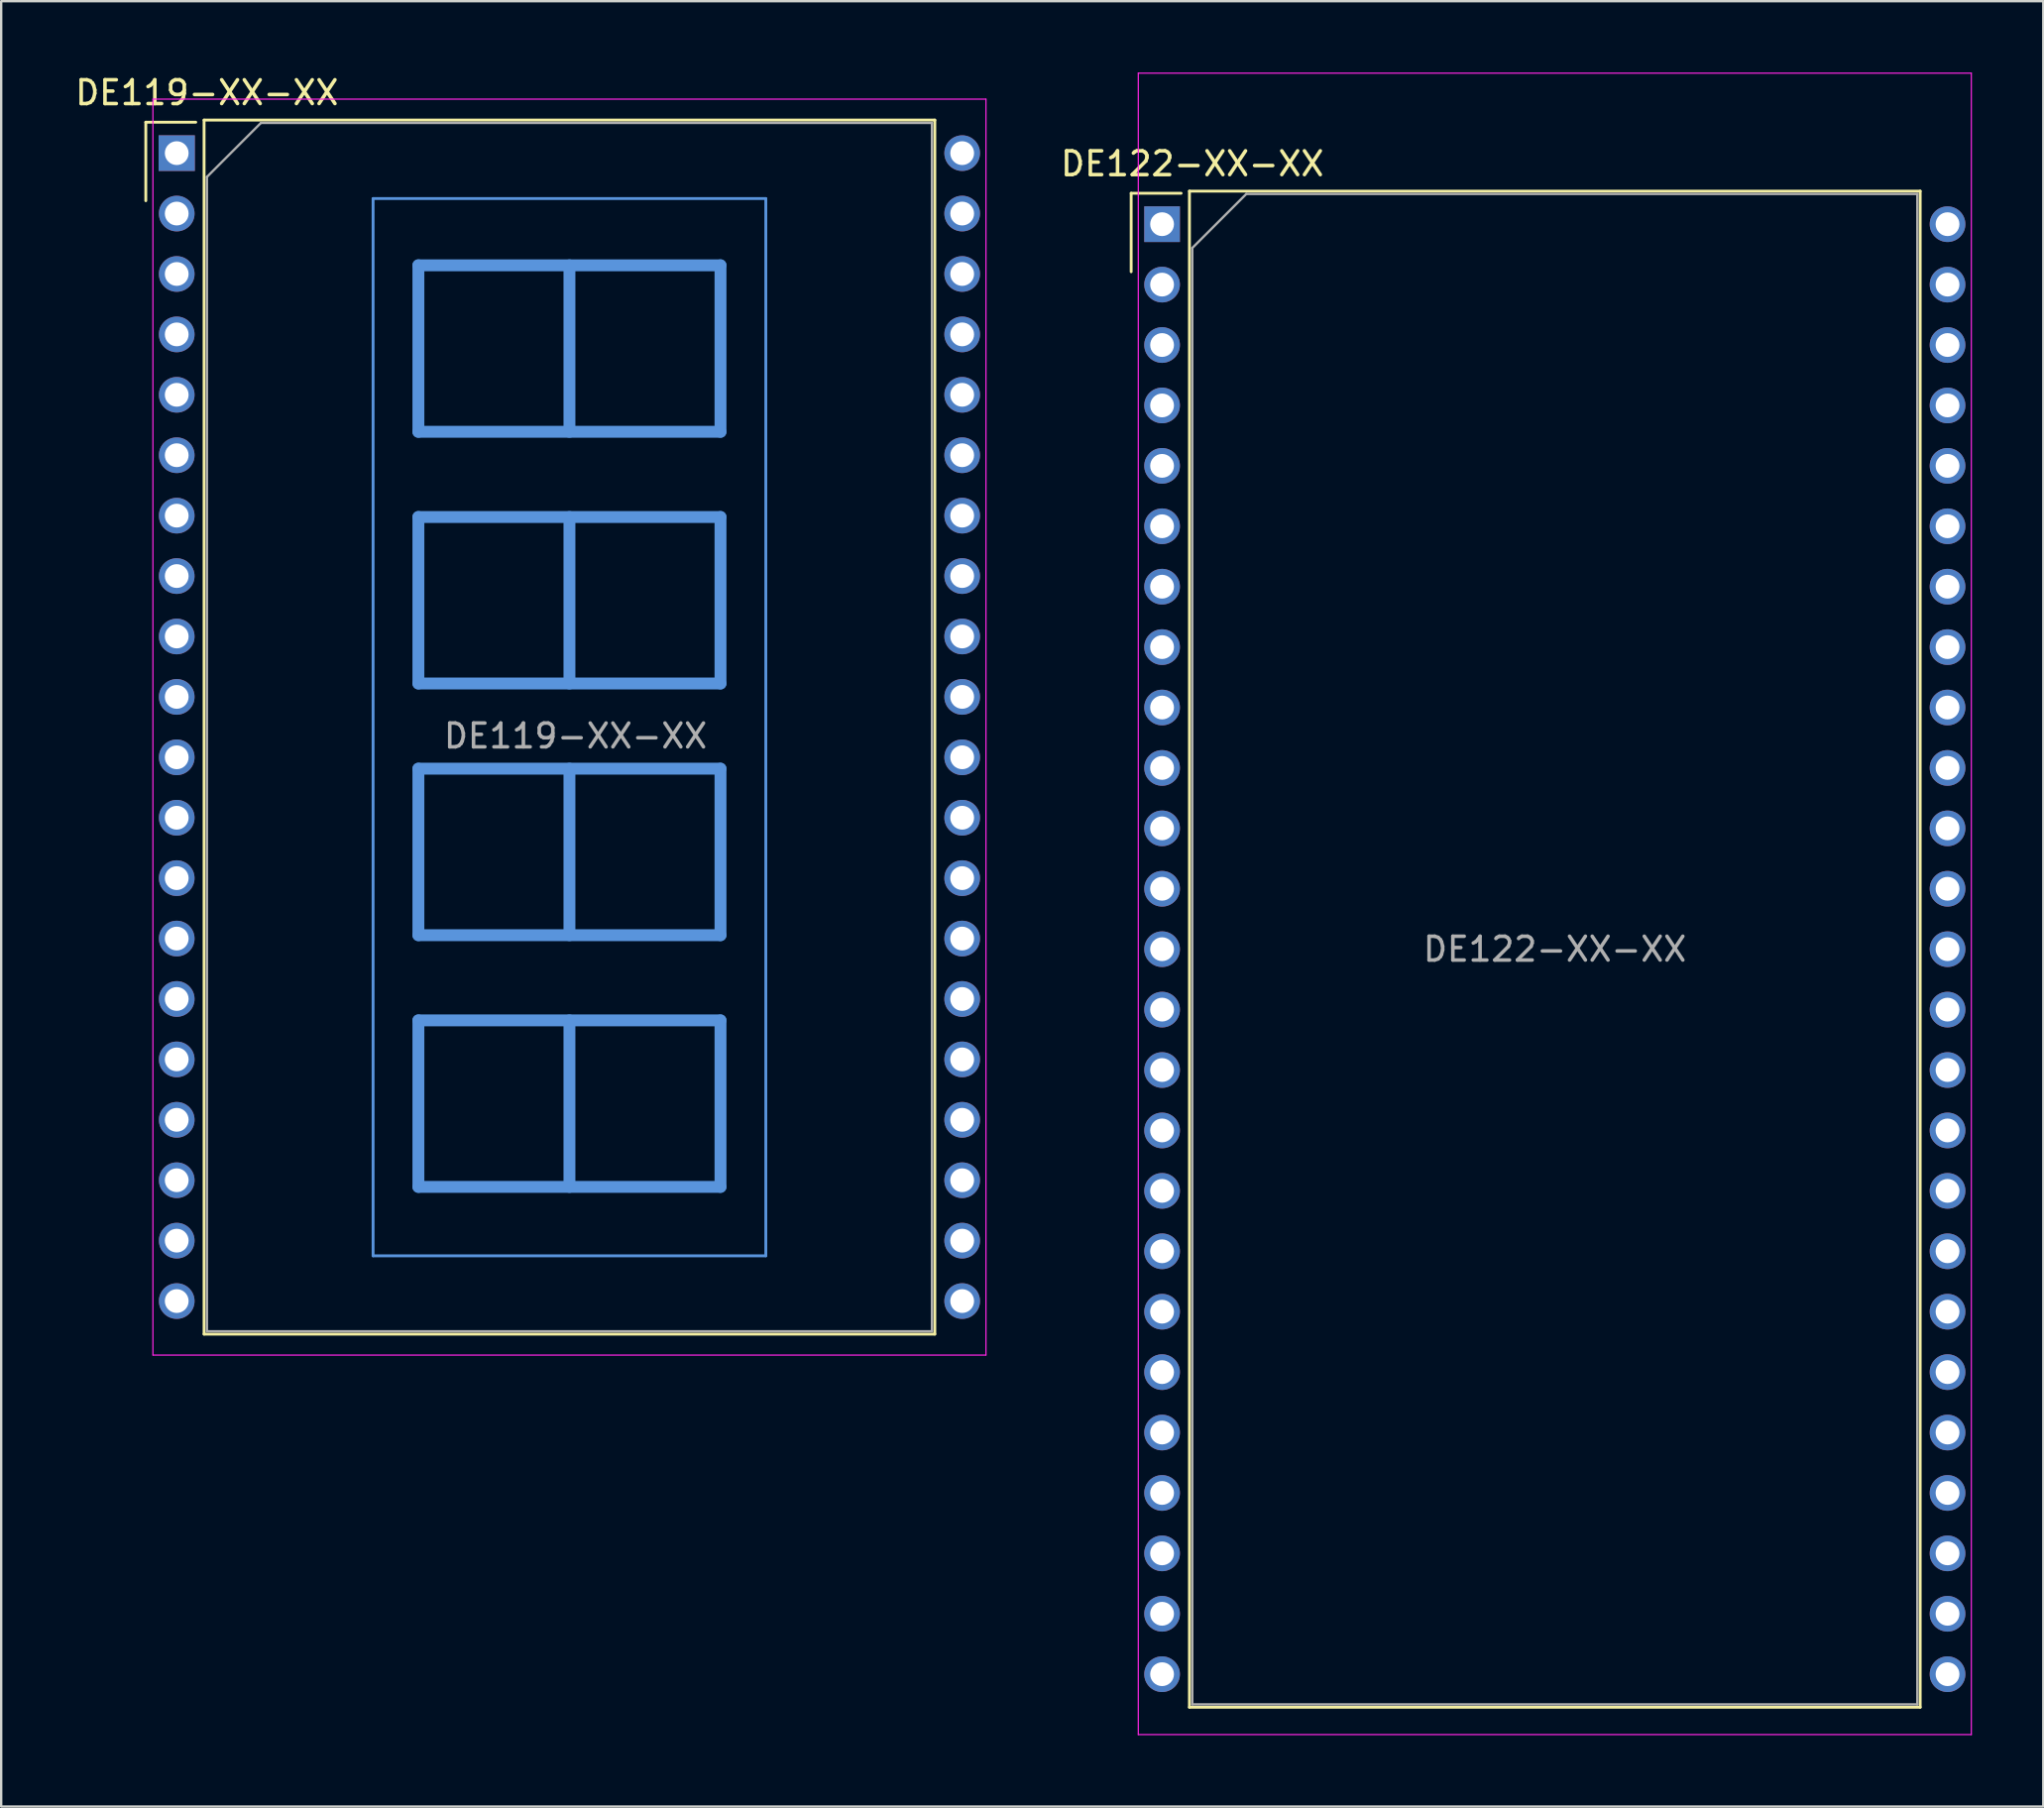
<source format=kicad_pcb>
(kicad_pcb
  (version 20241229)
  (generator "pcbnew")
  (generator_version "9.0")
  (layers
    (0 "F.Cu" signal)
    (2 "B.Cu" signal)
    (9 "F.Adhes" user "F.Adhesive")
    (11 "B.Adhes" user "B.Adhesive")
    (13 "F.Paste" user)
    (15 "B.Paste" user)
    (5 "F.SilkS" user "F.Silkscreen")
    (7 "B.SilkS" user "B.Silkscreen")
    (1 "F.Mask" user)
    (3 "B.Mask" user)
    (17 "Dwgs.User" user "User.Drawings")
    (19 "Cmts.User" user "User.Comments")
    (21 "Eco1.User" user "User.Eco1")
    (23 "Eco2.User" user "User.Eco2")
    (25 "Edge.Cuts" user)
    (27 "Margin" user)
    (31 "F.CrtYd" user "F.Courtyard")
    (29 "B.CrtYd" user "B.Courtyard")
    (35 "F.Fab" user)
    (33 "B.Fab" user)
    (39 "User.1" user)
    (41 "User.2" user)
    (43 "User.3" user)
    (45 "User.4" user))
  (footprint "DE119-XX-XX"
    (layer "F.Cu")
    (at 4.379 3.388)
    (property "Reference" "DE119-XX-XX" (at 1.27 -2.54 0) (layer "F.SilkS") (effects (font (size 1 1) (thickness 0.15))))
    (attr through_hole)
    (fp_line (start -1.3 -1.3) (end -1.3 2) (stroke (width 0.12) (type solid)) (layer "F.SilkS"))
    (fp_line (start -1.3 -1.3) (end 0.8 -1.3) (stroke (width 0.12) (type solid)) (layer "F.SilkS"))
    (fp_line (start 1.15 -1.39) (end 1.15 49.65) (stroke (width 0.12) (type solid)) (layer "F.SilkS"))
    (fp_line (start 1.15 49.65) (end 31.87 49.65) (stroke (width 0.12) (type solid)) (layer "F.SilkS"))
    (fp_line (start 31.87 -1.39) (end 1.15 -1.39) (stroke (width 0.12) (type solid)) (layer "F.SilkS"))
    (fp_line (start 31.87 49.65) (end 31.87 -1.39) (stroke (width 0.12) (type solid)) (layer "F.SilkS"))
    (fp_line (start 8.255 1.91) (end 8.255 46.358) (stroke (width 0.12) (type solid)) (layer "Cmts.User"))
    (fp_line (start 8.255 1.91) (end 24.765 1.91) (stroke (width 0.12) (type solid)) (layer "Cmts.User"))
    (fp_line (start 8.255 46.358) (end 24.765 46.358) (stroke (width 0.12) (type solid)) (layer "Cmts.User"))
    (fp_line (start 10.16 4.715) (end 22.86 4.715) (stroke (width 0.5) (type solid)) (layer "Cmts.User"))
    (fp_line (start 10.16 11.715) (end 10.16 4.715) (stroke (width 0.5) (type solid)) (layer "Cmts.User"))
    (fp_line (start 10.16 15.297) (end 22.86 15.297) (stroke (width 0.5) (type solid)) (layer "Cmts.User"))
    (fp_line (start 10.16 22.297) (end 10.16 15.297) (stroke (width 0.5) (type solid)) (layer "Cmts.User"))
    (fp_line (start 10.16 25.878) (end 22.86 25.878) (stroke (width 0.5) (type solid)) (layer "Cmts.User"))
    (fp_line (start 10.16 32.878) (end 10.16 25.878) (stroke (width 0.5) (type solid)) (layer "Cmts.User"))
    (fp_line (start 10.16 36.46) (end 22.86 36.46) (stroke (width 0.5) (type solid)) (layer "Cmts.User"))
    (fp_line (start 10.16 43.46) (end 10.16 36.46) (stroke (width 0.5) (type solid)) (layer "Cmts.User"))
    (fp_line (start 16.51 4.715) (end 16.51 11.715) (stroke (width 0.5) (type solid)) (layer "Cmts.User"))
    (fp_line (start 16.51 15.297) (end 16.51 22.297) (stroke (width 0.5) (type solid)) (layer "Cmts.User"))
    (fp_line (start 16.51 25.878) (end 16.51 32.878) (stroke (width 0.5) (type solid)) (layer "Cmts.User"))
    (fp_line (start 16.51 36.46) (end 16.51 43.46) (stroke (width 0.5) (type solid)) (layer "Cmts.User"))
    (fp_line (start 22.86 4.715) (end 22.86 11.715) (stroke (width 0.5) (type solid)) (layer "Cmts.User"))
    (fp_line (start 22.86 11.715) (end 10.16 11.715) (stroke (width 0.5) (type solid)) (layer "Cmts.User"))
    (fp_line (start 22.86 15.297) (end 22.86 22.297) (stroke (width 0.5) (type solid)) (layer "Cmts.User"))
    (fp_line (start 22.86 22.297) (end 10.16 22.297) (stroke (width 0.5) (type solid)) (layer "Cmts.User"))
    (fp_line (start 22.86 25.878) (end 22.86 32.878) (stroke (width 0.5) (type solid)) (layer "Cmts.User"))
    (fp_line (start 22.86 32.878) (end 10.16 32.878) (stroke (width 0.5) (type solid)) (layer "Cmts.User"))
    (fp_line (start 22.86 36.46) (end 22.86 43.46) (stroke (width 0.5) (type solid)) (layer "Cmts.User"))
    (fp_line (start 22.86 43.46) (end 10.16 43.46) (stroke (width 0.5) (type solid)) (layer "Cmts.User"))
    (fp_line (start 24.765 46.358) (end 24.765 1.91) (stroke (width 0.12) (type solid)) (layer "Cmts.User"))
    (fp_line (start -1 -2.27) (end 34.02 -2.27) (stroke (width 0.05) (type solid)) (layer "F.CrtYd"))
    (fp_line (start -1 50.53) (end -1 -2.27) (stroke (width 0.05) (type solid)) (layer "F.CrtYd"))
    (fp_line (start 34.02 -2.27) (end 34.02 50.53) (stroke (width 0.05) (type solid)) (layer "F.CrtYd"))
    (fp_line (start 34.02 50.53) (end -1 50.53) (stroke (width 0.05) (type solid)) (layer "F.CrtYd"))
    (fp_line (start 1.27 1) (end 3.54 -1.27) (stroke (width 0.1) (type solid)) (layer "F.Fab"))
    (fp_line (start 1.27 49.53) (end 1.27 1) (stroke (width 0.1) (type solid)) (layer "F.Fab"))
    (fp_line (start 3.54 -1.27) (end 31.75 -1.27) (stroke (width 0.1) (type solid)) (layer "F.Fab"))
    (fp_line (start 31.75 -1.27) (end 31.75 49.53) (stroke (width 0.1) (type solid)) (layer "F.Fab"))
    (fp_line (start 31.75 49.53) (end 1.27 49.53) (stroke (width 0.1) (type solid)) (layer "F.Fab"))
    (fp_text user "${REFERENCE}" (at 16.764 24.504 0) (layer "F.Fab") (effects (font (size 1 1) (thickness 0.15))))
    (pad "1" thru_hole rect (at 0 0 270) (size 1.5 1.524) (drill 1) (layers "*.Cu" "*.Mask"))
    (pad "2" thru_hole circle (at 0 2.54 270) (size 1.5 1.5) (drill 1) (layers "*.Cu" "*.Mask"))
    (pad "3" thru_hole circle (at 0 5.08 270) (size 1.5 1.5) (drill 1) (layers "*.Cu" "*.Mask"))
    (pad "4" thru_hole circle (at 0 7.62 270) (size 1.5 1.5) (drill 1) (layers "*.Cu" "*.Mask"))
    (pad "5" thru_hole circle (at 0 10.16 270) (size 1.5 1.5) (drill 1) (layers "*.Cu" "*.Mask"))
    (pad "6" thru_hole circle (at 0 12.7 270) (size 1.5 1.5) (drill 1) (layers "*.Cu" "*.Mask"))
    (pad "7" thru_hole circle (at 0 15.24 270) (size 1.5 1.5) (drill 1) (layers "*.Cu" "*.Mask"))
    (pad "8" thru_hole circle (at 0 17.78 270) (size 1.5 1.5) (drill 1) (layers "*.Cu" "*.Mask"))
    (pad "9" thru_hole circle (at 0 20.32 270) (size 1.5 1.5) (drill 1) (layers "*.Cu" "*.Mask"))
    (pad "10" thru_hole circle (at 0 22.86 270) (size 1.5 1.5) (drill 1) (layers "*.Cu" "*.Mask"))
    (pad "11" thru_hole circle (at 0 25.4 270) (size 1.5 1.5) (drill 1) (layers "*.Cu" "*.Mask"))
    (pad "12" thru_hole circle (at 0 27.94 270) (size 1.5 1.5) (drill 1) (layers "*.Cu" "*.Mask"))
    (pad "13" thru_hole circle (at 0 30.48 270) (size 1.5 1.5) (drill 1) (layers "*.Cu" "*.Mask"))
    (pad "14" thru_hole circle (at 0 33.02 270) (size 1.5 1.5) (drill 1) (layers "*.Cu" "*.Mask"))
    (pad "15" thru_hole circle (at 0 35.56 270) (size 1.5 1.5) (drill 1) (layers "*.Cu" "*.Mask"))
    (pad "16" thru_hole circle (at 0 38.1 270) (size 1.5 1.5) (drill 1) (layers "*.Cu" "*.Mask"))
    (pad "17" thru_hole circle (at 0 40.64 270) (size 1.5 1.5) (drill 1) (layers "*.Cu" "*.Mask"))
    (pad "18" thru_hole circle (at 0 43.18 270) (size 1.5 1.5) (drill 1) (layers "*.Cu" "*.Mask"))
    (pad "19" thru_hole circle (at 0 45.72 270) (size 1.5 1.5) (drill 1) (layers "*.Cu" "*.Mask"))
    (pad "20" thru_hole circle (at 0 48.26 270) (size 1.5 1.5) (drill 1) (layers "*.Cu" "*.Mask"))
    (pad "21" thru_hole circle (at 33.02 48.26 90) (size 1.5 1.5) (drill 1) (layers "*.Cu" "*.Mask"))
    (pad "22" thru_hole circle (at 33.02 45.72 90) (size 1.5 1.5) (drill 1) (layers "*.Cu" "*.Mask"))
    (pad "23" thru_hole circle (at 33.02 43.18 90) (size 1.5 1.5) (drill 1) (layers "*.Cu" "*.Mask"))
    (pad "24" thru_hole circle (at 33.02 40.64 90) (size 1.5 1.5) (drill 1) (layers "*.Cu" "*.Mask"))
    (pad "25" thru_hole circle (at 33.02 38.1 90) (size 1.5 1.5) (drill 1) (layers "*.Cu" "*.Mask"))
    (pad "26" thru_hole circle (at 33.02 35.56 270) (size 1.5 1.5) (drill 1) (layers "*.Cu" "*.Mask"))
    (pad "27" thru_hole circle (at 33.02 33.02 270) (size 1.5 1.5) (drill 1) (layers "*.Cu" "*.Mask"))
    (pad "28" thru_hole circle (at 33.02 30.48 270) (size 1.5 1.5) (drill 1) (layers "*.Cu" "*.Mask"))
    (pad "29" thru_hole circle (at 33.02 27.94 270) (size 1.5 1.5) (drill 1) (layers "*.Cu" "*.Mask"))
    (pad "30" thru_hole circle (at 33.02 25.4 270) (size 1.5 1.5) (drill 1) (layers "*.Cu" "*.Mask"))
    (pad "31" thru_hole circle (at 33.02 22.86 270) (size 1.5 1.5) (drill 1) (layers "*.Cu" "*.Mask"))
    (pad "32" thru_hole circle (at 33.02 20.32 270) (size 1.5 1.5) (drill 1) (layers "*.Cu" "*.Mask"))
    (pad "33" thru_hole circle (at 33.02 17.78 270) (size 1.5 1.5) (drill 1) (layers "*.Cu" "*.Mask"))
    (pad "34" thru_hole circle (at 33.02 15.24 270) (size 1.5 1.5) (drill 1) (layers "*.Cu" "*.Mask"))
    (pad "35" thru_hole circle (at 33.02 12.7 270) (size 1.5 1.5) (drill 1) (layers "*.Cu" "*.Mask"))
    (pad "36" thru_hole circle (at 33.02 10.16 270) (size 1.5 1.5) (drill 1) (layers "*.Cu" "*.Mask"))
    (pad "37" thru_hole circle (at 33.02 7.62 270) (size 1.5 1.5) (drill 1) (layers "*.Cu" "*.Mask"))
    (pad "38" thru_hole circle (at 33.02 5.08 270) (size 1.5 1.5) (drill 1) (layers "*.Cu" "*.Mask"))
    (pad "39" thru_hole circle (at 33.02 2.54 270) (size 1.5 1.5) (drill 1) (layers "*.Cu" "*.Mask"))
    (pad "40" thru_hole circle (at 33.02 0 270) (size 1.5 1.5) (drill 1) (layers "*.Cu" "*.Mask")))
  (footprint "DE122-XX-XX"
    (layer "F.Cu")
    (at 45.803 6.375)
    (property "Reference" "DE122-XX-XX" (at 1.27 -2.54 0) (layer "F.SilkS") (effects (font (size 1 1) (thickness 0.15))))
    (attr through_hole)
    (fp_line (start -1.3 -1.3) (end -1.3 2) (stroke (width 0.12) (type solid)) (layer "F.SilkS"))
    (fp_line (start -1.3 -1.3) (end 0.8 -1.3) (stroke (width 0.12) (type solid)) (layer "F.SilkS"))
    (fp_line (start 1.15 -1.39) (end 1.15 62.35) (stroke (width 0.12) (type solid)) (layer "F.SilkS"))
    (fp_line (start 1.15 62.35) (end 31.87 62.35) (stroke (width 0.12) (type solid)) (layer "F.SilkS"))
    (fp_line (start 31.87 -1.39) (end 1.15 -1.39) (stroke (width 0.12) (type solid)) (layer "F.SilkS"))
    (fp_line (start 31.87 62.35) (end 31.87 -1.39) (stroke (width 0.12) (type solid)) (layer "F.SilkS"))
    (fp_line (start -1 -6.35) (end 34.02 -6.35) (stroke (width 0.05) (type solid)) (layer "F.CrtYd"))
    (fp_line (start -1 63.5) (end -1 -6.35) (stroke (width 0.05) (type solid)) (layer "F.CrtYd"))
    (fp_line (start 34.02 -6.35) (end 34.02 63.5) (stroke (width 0.05) (type solid)) (layer "F.CrtYd"))
    (fp_line (start 34.02 63.5) (end -1 63.5) (stroke (width 0.05) (type solid)) (layer "F.CrtYd"))
    (fp_line (start 1.27 1) (end 3.54 -1.27) (stroke (width 0.1) (type solid)) (layer "F.Fab"))
    (fp_line (start 1.27 62.23) (end 1.27 1) (stroke (width 0.1) (type solid)) (layer "F.Fab"))
    (fp_line (start 3.54 -1.27) (end 31.75 -1.27) (stroke (width 0.1) (type solid)) (layer "F.Fab"))
    (fp_line (start 31.75 -1.27) (end 31.75 62.23) (stroke (width 0.1) (type solid)) (layer "F.Fab"))
    (fp_line (start 31.75 62.23) (end 1.27 62.23) (stroke (width 0.1) (type solid)) (layer "F.Fab"))
    (fp_text user "${REFERENCE}" (at 16.51 30.48 0) (layer "F.Fab") (effects (font (size 1 1) (thickness 0.15))))
    (pad "1" thru_hole rect (at 0 0 270) (size 1.5 1.5) (drill 1) (layers "*.Cu" "*.Mask"))
    (pad "2" thru_hole circle (at 0 2.54 270) (size 1.5 1.5) (drill 1) (layers "*.Cu" "*.Mask"))
    (pad "3" thru_hole circle (at 0 5.08 270) (size 1.5 1.5) (drill 1) (layers "*.Cu" "*.Mask"))
    (pad "4" thru_hole circle (at 0 7.62 270) (size 1.5 1.5) (drill 1) (layers "*.Cu" "*.Mask"))
    (pad "5" thru_hole circle (at 0 10.16 270) (size 1.5 1.5) (drill 1) (layers "*.Cu" "*.Mask"))
    (pad "6" thru_hole circle (at 0 12.7 270) (size 1.5 1.5) (drill 1) (layers "*.Cu" "*.Mask"))
    (pad "7" thru_hole circle (at 0 15.24 270) (size 1.5 1.5) (drill 1) (layers "*.Cu" "*.Mask"))
    (pad "8" thru_hole circle (at 0 17.78 270) (size 1.5 1.5) (drill 1) (layers "*.Cu" "*.Mask"))
    (pad "9" thru_hole circle (at 0 20.32 270) (size 1.5 1.5) (drill 1) (layers "*.Cu" "*.Mask"))
    (pad "10" thru_hole circle (at 0 22.86 270) (size 1.5 1.5) (drill 1) (layers "*.Cu" "*.Mask"))
    (pad "11" thru_hole circle (at 0 25.4 270) (size 1.5 1.5) (drill 1) (layers "*.Cu" "*.Mask"))
    (pad "12" thru_hole circle (at 0 27.94 270) (size 1.5 1.5) (drill 1) (layers "*.Cu" "*.Mask"))
    (pad "13" thru_hole circle (at 0 30.48 270) (size 1.5 1.5) (drill 1) (layers "*.Cu" "*.Mask"))
    (pad "14" thru_hole circle (at 0 33.02 270) (size 1.5 1.5) (drill 1) (layers "*.Cu" "*.Mask"))
    (pad "15" thru_hole circle (at 0 35.56 270) (size 1.5 1.5) (drill 1) (layers "*.Cu" "*.Mask"))
    (pad "16" thru_hole circle (at 0 38.1 270) (size 1.5 1.5) (drill 1) (layers "*.Cu" "*.Mask"))
    (pad "17" thru_hole circle (at 0 40.64 270) (size 1.5 1.5) (drill 1) (layers "*.Cu" "*.Mask"))
    (pad "18" thru_hole circle (at 0 43.18 270) (size 1.5 1.5) (drill 1) (layers "*.Cu" "*.Mask"))
    (pad "19" thru_hole circle (at 0 45.72 270) (size 1.5 1.5) (drill 1) (layers "*.Cu" "*.Mask"))
    (pad "20" thru_hole circle (at 0 48.26 270) (size 1.5 1.5) (drill 1) (layers "*.Cu" "*.Mask"))
    (pad "21" thru_hole circle (at 0 50.8 270) (size 1.5 1.5) (drill 1) (layers "*.Cu" "*.Mask"))
    (pad "22" thru_hole circle (at 0 53.34 270) (size 1.5 1.5) (drill 1) (layers "*.Cu" "*.Mask"))
    (pad "23" thru_hole circle (at 0 55.88 270) (size 1.5 1.5) (drill 1) (layers "*.Cu" "*.Mask"))
    (pad "24" thru_hole circle (at 0 58.42 270) (size 1.5 1.5) (drill 1) (layers "*.Cu" "*.Mask"))
    (pad "25" thru_hole circle (at 0 60.96 270) (size 1.5 1.5) (drill 1) (layers "*.Cu" "*.Mask"))
    (pad "26" thru_hole circle (at 33.02 60.96 270) (size 1.5 1.5) (drill 1) (layers "*.Cu" "*.Mask"))
    (pad "27" thru_hole circle (at 33.02 58.42 270) (size 1.5 1.5) (drill 1) (layers "*.Cu" "*.Mask"))
    (pad "28" thru_hole circle (at 33.02 55.88 270) (size 1.5 1.5) (drill 1) (layers "*.Cu" "*.Mask"))
    (pad "29" thru_hole circle (at 33.02 53.34 270) (size 1.5 1.5) (drill 1) (layers "*.Cu" "*.Mask"))
    (pad "30" thru_hole circle (at 33.02 50.8 270) (size 1.5 1.5) (drill 1) (layers "*.Cu" "*.Mask"))
    (pad "31" thru_hole circle (at 33.02 48.26 270) (size 1.5 1.5) (drill 1) (layers "*.Cu" "*.Mask"))
    (pad "32" thru_hole circle (at 33.02 45.72 270) (size 1.5 1.5) (drill 1) (layers "*.Cu" "*.Mask"))
    (pad "33" thru_hole circle (at 33.02 43.18 270) (size 1.5 1.5) (drill 1) (layers "*.Cu" "*.Mask"))
    (pad "34" thru_hole circle (at 33.02 40.64 270) (size 1.5 1.5) (drill 1) (layers "*.Cu" "*.Mask"))
    (pad "35" thru_hole circle (at 33.02 38.1 270) (size 1.5 1.5) (drill 1) (layers "*.Cu" "*.Mask"))
    (pad "36" thru_hole circle (at 33.02 35.56 270) (size 1.5 1.5) (drill 1) (layers "*.Cu" "*.Mask"))
    (pad "37" thru_hole circle (at 33.02 33.02 270) (size 1.5 1.5) (drill 1) (layers "*.Cu" "*.Mask"))
    (pad "38" thru_hole circle (at 33.02 30.48 270) (size 1.5 1.5) (drill 1) (layers "*.Cu" "*.Mask"))
    (pad "39" thru_hole circle (at 33.02 27.94 270) (size 1.5 1.5) (drill 1) (layers "*.Cu" "*.Mask"))
    (pad "40" thru_hole circle (at 33.02 25.4 270) (size 1.5 1.5) (drill 1) (layers "*.Cu" "*.Mask"))
    (pad "41" thru_hole circle (at 33.02 22.86 270) (size 1.5 1.5) (drill 1) (layers "*.Cu" "*.Mask"))
    (pad "42" thru_hole circle (at 33.02 20.32 270) (size 1.5 1.5) (drill 1) (layers "*.Cu" "*.Mask"))
    (pad "43" thru_hole circle (at 33.02 17.78 270) (size 1.5 1.5) (drill 1) (layers "*.Cu" "*.Mask"))
    (pad "44" thru_hole circle (at 33.02 15.24 270) (size 1.5 1.5) (drill 1) (layers "*.Cu" "*.Mask"))
    (pad "45" thru_hole circle (at 33.02 12.7 270) (size 1.5 1.5) (drill 1) (layers "*.Cu" "*.Mask"))
    (pad "46" thru_hole circle (at 33.02 10.16 270) (size 1.5 1.5) (drill 1) (layers "*.Cu" "*.Mask"))
    (pad "47" thru_hole circle (at 33.02 7.62 270) (size 1.5 1.5) (drill 1) (layers "*.Cu" "*.Mask"))
    (pad "48" thru_hole circle (at 33.02 5.08 270) (size 1.5 1.5) (drill 1) (layers "*.Cu" "*.Mask"))
    (pad "49" thru_hole circle (at 33.02 2.54 270) (size 1.5 1.5) (drill 1) (layers "*.Cu" "*.Mask"))
    (pad "50" thru_hole circle (at 33.02 0 270) (size 1.5 1.5) (drill 1) (layers "*.Cu" "*.Mask")))
  (gr_rect
    (start -3 -3)
    (end 82.848 72.9)
    (stroke (width 0.1) (type default))
    (fill no)
    (layer "Edge.Cuts")))
</source>
